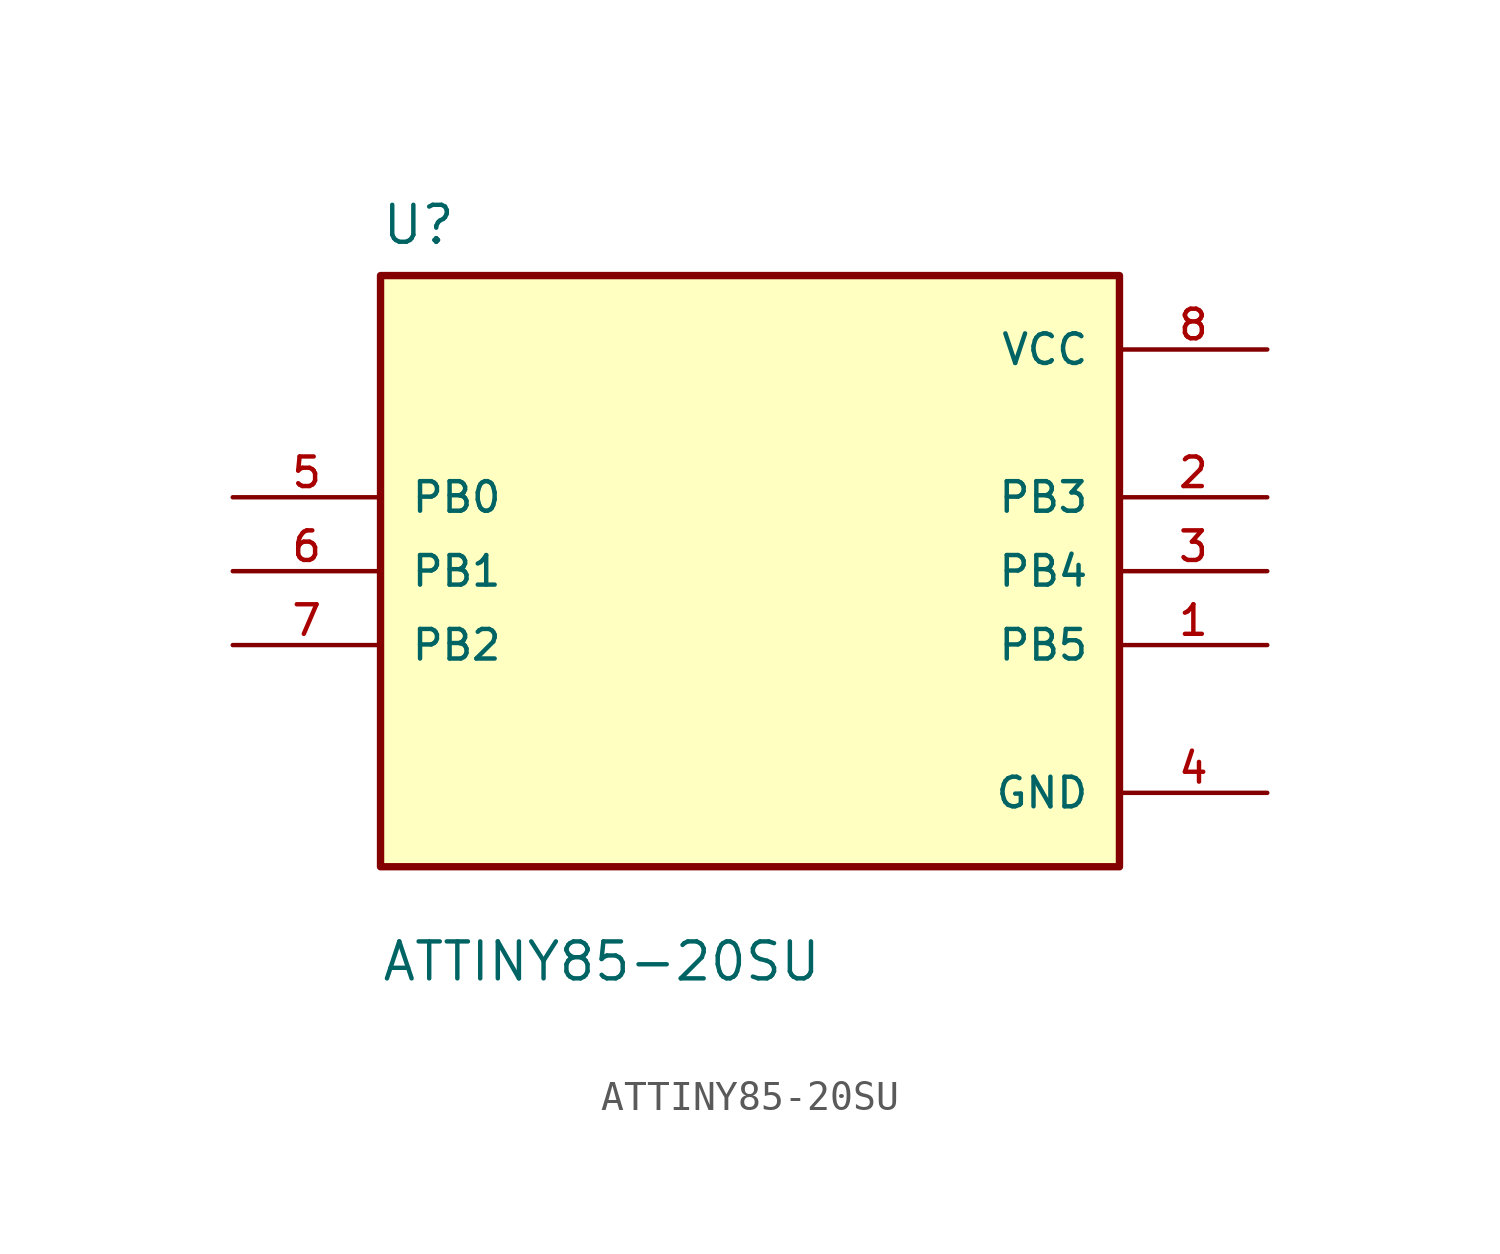
<source format=kicad_sym>
(kicad_symbol_lib
  (version 20211014)
  (generator kicad_symbol_editor)
  (symbol "ATTINY85-20SU"
    (pin_names
      (offset 1.016))
    (property "Reference" "U"
      (at -12.7 11.16 0.0)
      (effects (font (size 1.27 1.27)) (justify bottom left)))
    (property "Value" "ATTINY85-20SU"
      (at -12.7 -14.16 0.0)
      (effects (font (size 1.27 1.27)) (justify bottom left)))
    (symbol "ATTINY85-20SU_0_0"
      (rectangle (start -12.7 -10.16) (end 12.7 10.16) (stroke (width 0.254)) (fill (type background)))
      (pin bidirectional line (at -17.78 2.54 0) (length 5.08) (name "PB0" (effects (font (size 1.016 1.016)))) (number "5" (effects (font (size 1.016 1.016)))))
      (pin bidirectional line (at -17.78 0.0 0) (length 5.08) (name "PB1" (effects (font (size 1.016 1.016)))) (number "6" (effects (font (size 1.016 1.016)))))
      (pin bidirectional line (at -17.78 -2.54 0) (length 5.08) (name "PB2" (effects (font (size 1.016 1.016)))) (number "7" (effects (font (size 1.016 1.016)))))
      (pin power_in line (at 17.78 7.62 180.0) (length 5.08) (name "VCC" (effects (font (size 1.016 1.016)))) (number "8" (effects (font (size 1.016 1.016)))))
      (pin bidirectional line (at 17.78 2.54 180.0) (length 5.08) (name "PB3" (effects (font (size 1.016 1.016)))) (number "2" (effects (font (size 1.016 1.016)))))
      (pin bidirectional line (at 17.78 0.0 180.0) (length 5.08) (name "PB4" (effects (font (size 1.016 1.016)))) (number "3" (effects (font (size 1.016 1.016)))))
      (pin bidirectional line (at 17.78 -2.54 180.0) (length 5.08) (name "PB5" (effects (font (size 1.016 1.016)))) (number "1" (effects (font (size 1.016 1.016)))))
      (pin power_in line (at 17.78 -7.62 180.0) (length 5.08) (name "GND" (effects (font (size 1.016 1.016)))) (number "4" (effects (font (size 1.016 1.016))))))))
</source>
